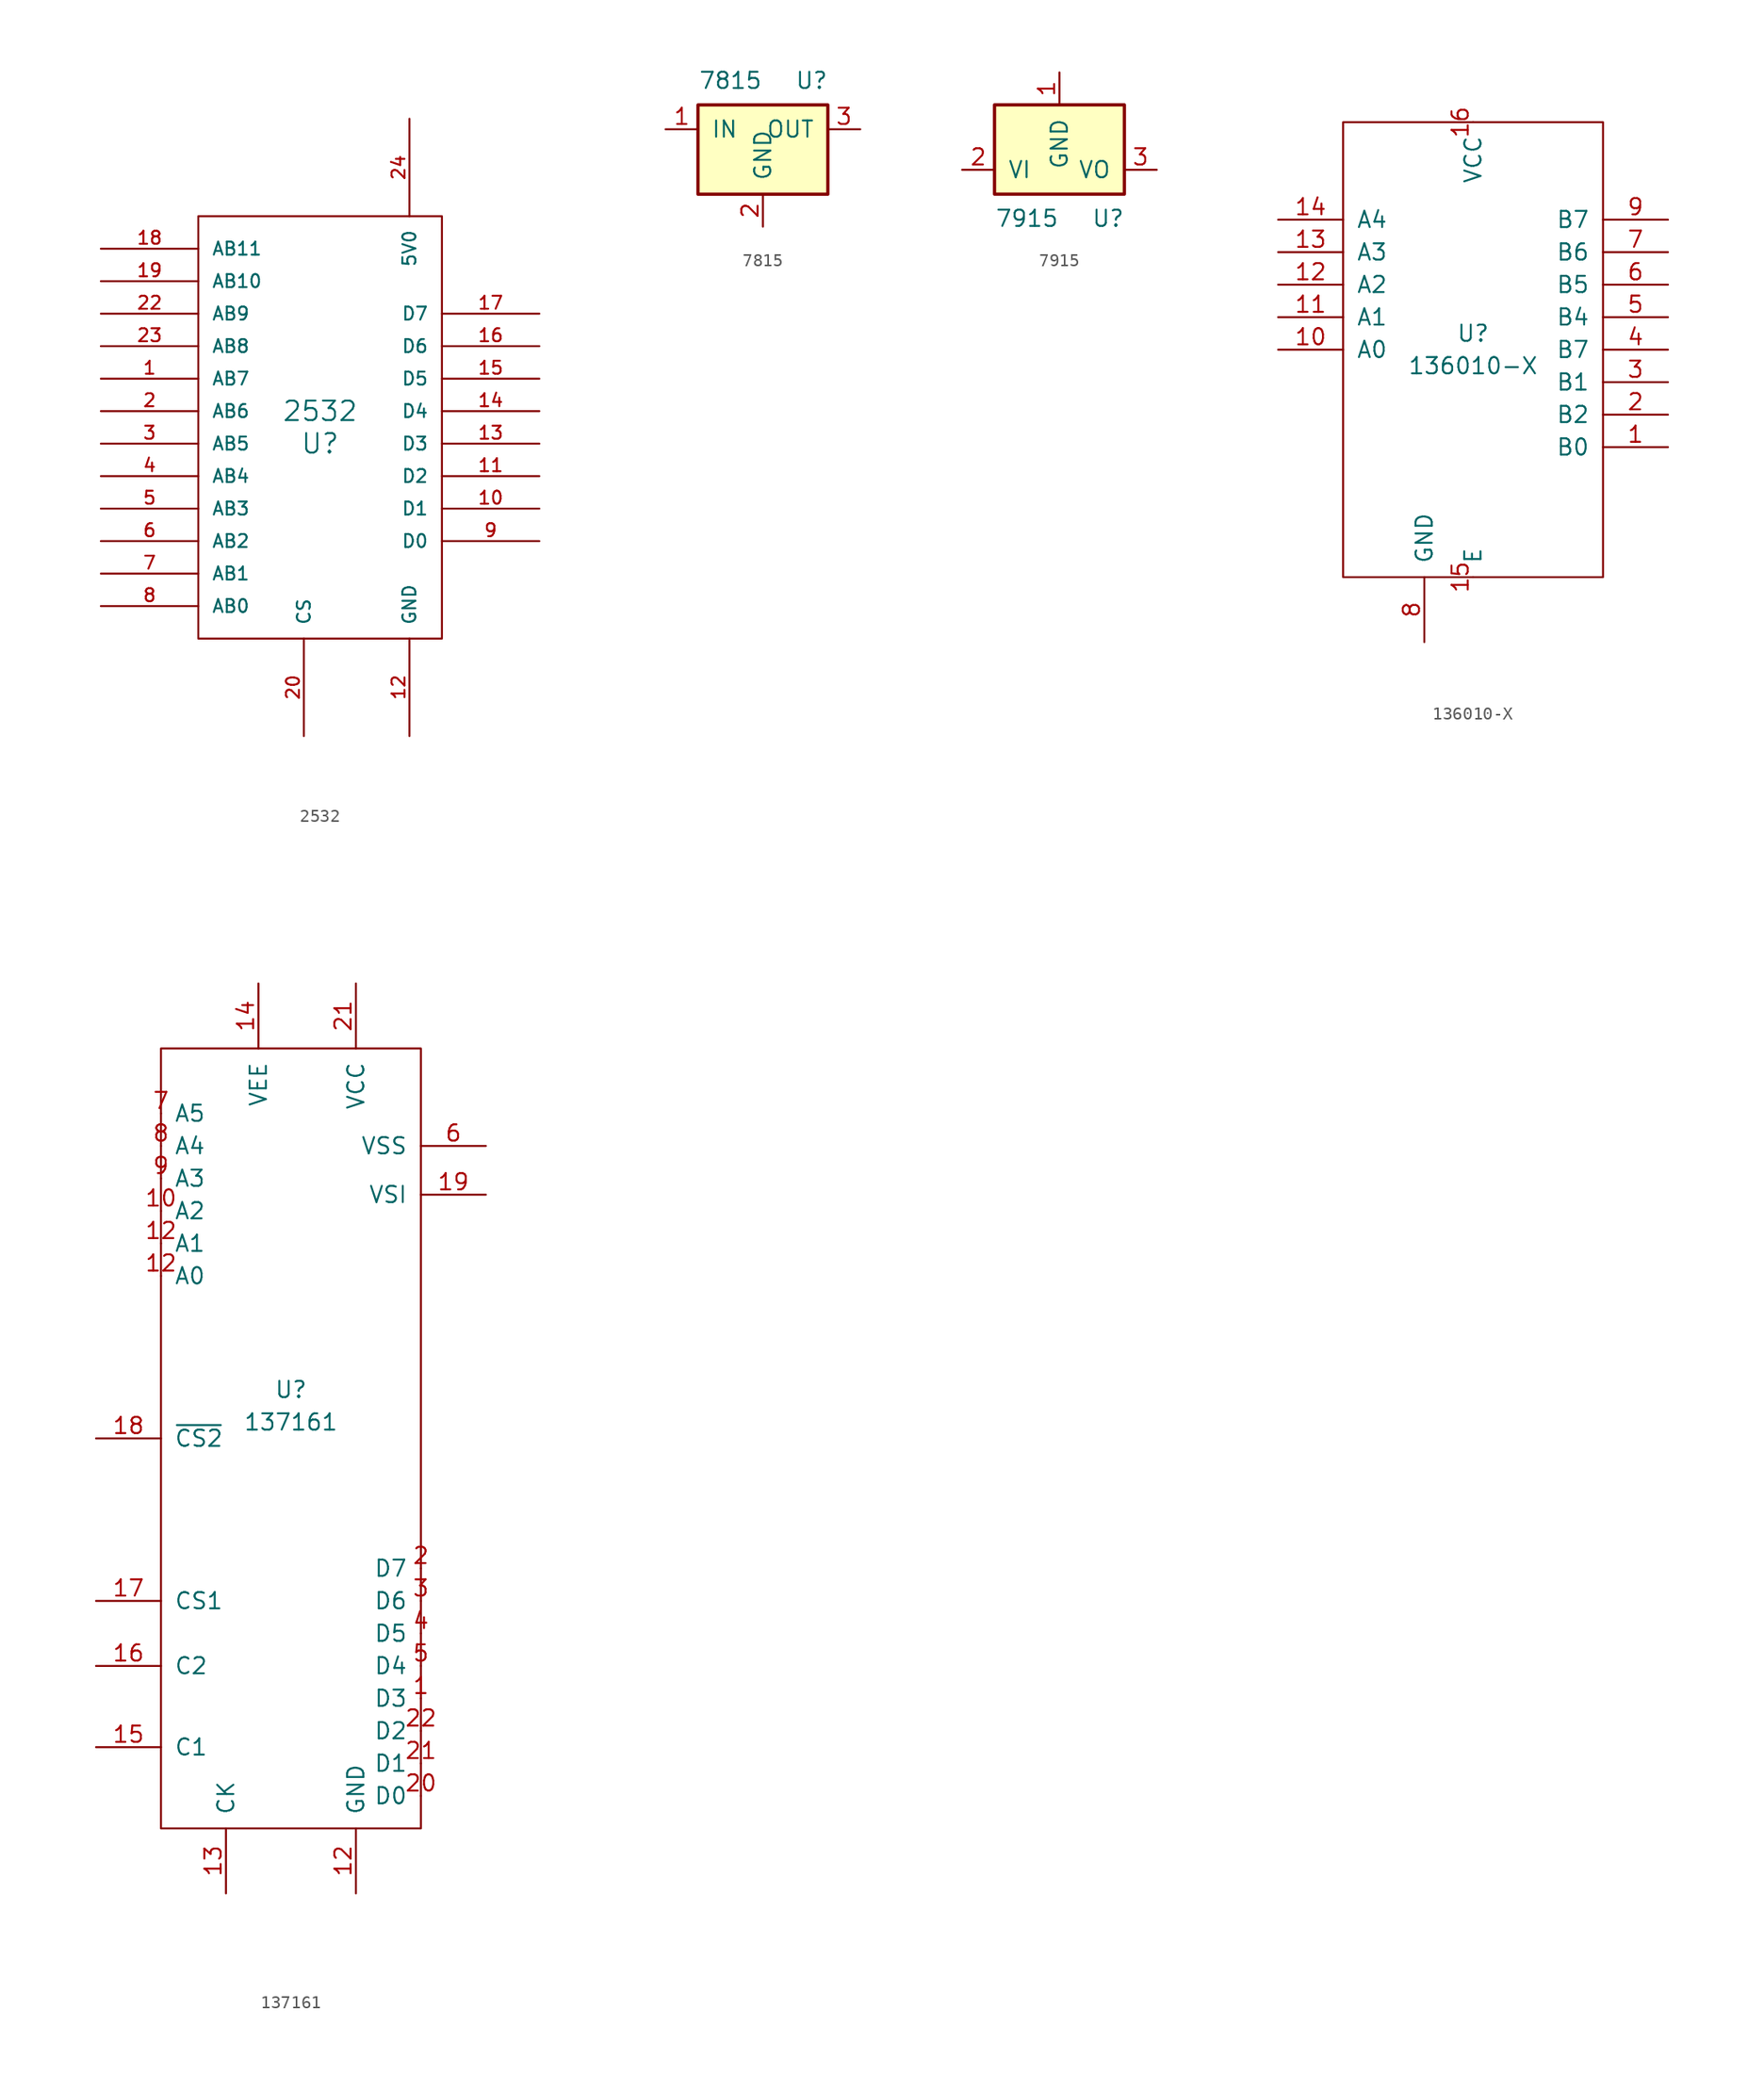
<source format=kicad_sym>
(kicad_symbol_lib
  (version 20211014)
  (generator kicad_symbol_editor)
  (symbol "2532"
    (pin_names
      (offset 1.016))
    (property "Reference" "U"
      (at 0 -1.27 0)
      (effects (font (size 1.524 1.524))))
    (property "Value" "2532"
      (at 0 1.27 0)
      (effects (font (size 1.524 1.524))))
    (symbol "2532_0_1"
      (polyline (pts (xy -9.525 16.51) (xy 9.525 16.51) (xy 9.525 -16.51) (xy -9.525 -16.51) (xy -9.525 16.51)) (stroke (width 0) (type default) (color 0 0 0 0)) (fill (type none))))
    (symbol "2532_1_0"
      (pin bidirectional line (at -17.145 3.81 0) (length 7.62) (name "AB7" (effects (font (size 1.016 1.016)))) (number "1" (effects (font (size 1.016 1.016)))))
      (pin bidirectional line (at 17.145 -6.35 180) (length 7.62) (name "D1" (effects (font (size 1.016 1.016)))) (number "10" (effects (font (size 1.016 1.016)))))
      (pin bidirectional line (at 17.145 -3.81 180) (length 7.62) (name "D2" (effects (font (size 1.016 1.016)))) (number "11" (effects (font (size 1.016 1.016)))))
      (pin power_in line (at 6.985 -24.13 90) (length 7.62) (name "GND" (effects (font (size 1.016 1.016)))) (number "12" (effects (font (size 1.016 1.016)))))
      (pin bidirectional line (at 17.145 -1.27 180) (length 7.62) (name "D3" (effects (font (size 1.016 1.016)))) (number "13" (effects (font (size 1.016 1.016)))))
      (pin bidirectional line (at 17.145 1.27 180) (length 7.62) (name "D4" (effects (font (size 1.016 1.016)))) (number "14" (effects (font (size 1.016 1.016)))))
      (pin bidirectional line (at 17.145 3.81 180) (length 7.62) (name "D5" (effects (font (size 1.016 1.016)))) (number "15" (effects (font (size 1.016 1.016)))))
      (pin bidirectional line (at 17.145 6.35 180) (length 7.62) (name "D6" (effects (font (size 1.016 1.016)))) (number "16" (effects (font (size 1.016 1.016)))))
      (pin bidirectional line (at 17.145 8.89 180) (length 7.62) (name "D7" (effects (font (size 1.016 1.016)))) (number "17" (effects (font (size 1.016 1.016)))))
      (pin bidirectional line (at -17.145 13.97 0) (length 7.62) (name "AB11" (effects (font (size 1.016 1.016)))) (number "18" (effects (font (size 1.016 1.016)))))
      (pin bidirectional line (at -17.145 11.43 0) (length 7.62) (name "AB10" (effects (font (size 1.016 1.016)))) (number "19" (effects (font (size 1.016 1.016)))))
      (pin bidirectional line (at -17.145 1.27 0) (length 7.62) (name "AB6" (effects (font (size 1.016 1.016)))) (number "2" (effects (font (size 1.016 1.016)))))
      (pin input line (at -1.27 -24.13 90) (length 7.62) (name "CS" (effects (font (size 1.016 1.016)))) (number "20" (effects (font (size 1.016 1.016)))))
      (pin bidirectional line (at -17.145 8.89 0) (length 7.62) (name "AB9" (effects (font (size 1.016 1.016)))) (number "22" (effects (font (size 1.016 1.016)))))
      (pin bidirectional line (at -17.145 6.35 0) (length 7.62) (name "AB8" (effects (font (size 1.016 1.016)))) (number "23" (effects (font (size 1.016 1.016)))))
      (pin power_in line (at 6.985 24.13 270) (length 7.62) (name "5V0" (effects (font (size 1.016 1.016)))) (number "24" (effects (font (size 1.016 1.016)))))
      (pin bidirectional line (at -17.145 -1.27 0) (length 7.62) (name "AB5" (effects (font (size 1.016 1.016)))) (number "3" (effects (font (size 1.016 1.016)))))
      (pin bidirectional line (at -17.145 -3.81 0) (length 7.62) (name "AB4" (effects (font (size 1.016 1.016)))) (number "4" (effects (font (size 1.016 1.016)))))
      (pin bidirectional line (at -17.145 -6.35 0) (length 7.62) (name "AB3" (effects (font (size 1.016 1.016)))) (number "5" (effects (font (size 1.016 1.016)))))
      (pin bidirectional line (at -17.145 -8.89 0) (length 7.62) (name "AB2" (effects (font (size 1.016 1.016)))) (number "6" (effects (font (size 1.016 1.016)))))
      (pin bidirectional line (at -17.145 -11.43 0) (length 7.62) (name "AB1" (effects (font (size 1.016 1.016)))) (number "7" (effects (font (size 1.016 1.016)))))
      (pin bidirectional line (at -17.145 -13.97 0) (length 7.62) (name "AB0" (effects (font (size 1.016 1.016)))) (number "8" (effects (font (size 1.016 1.016)))))
      (pin bidirectional line (at 17.145 -8.89 180) (length 7.62) (name "D0" (effects (font (size 1.016 1.016)))) (number "9" (effects (font (size 1.016 1.016)))))))
  (symbol "7815"
    (pin_names
      (offset 1.016))
    (property "Reference" "U"
      (at 3.81 3.81 0)
      (effects (font (size 1.27 1.27))))
    (property "Value" "7815"
      (at -2.54 3.81 0)
      (effects (font (size 1.27 1.27))))
    (symbol "7815_1_1"
      (rectangle (start -5.08 1.905) (end 5.08 -5.08) (stroke (width 0.254) (type default) (color 0 0 0 0)) (fill (type background)))
      (pin power_in line (at -7.62 0 0) (length 2.54) (name "IN" (effects (font (size 1.27 1.27)))) (number "1" (effects (font (size 1.27 1.27)))))
      (pin power_in line (at 0 -7.62 90) (length 2.54) (name "GND" (effects (font (size 1.27 1.27)))) (number "2" (effects (font (size 1.27 1.27)))))
      (pin power_out line (at 7.62 0 180) (length 2.54) (name "OUT" (effects (font (size 1.27 1.27)))) (number "3" (effects (font (size 1.27 1.27)))))))
  (symbol "7915"
    (pin_names
      (offset 1.016))
    (property "Reference" "U"
      (at 3.81 -3.81 0)
      (effects (font (size 1.27 1.27))))
    (property "Value" "7915"
      (at -2.54 -3.81 0)
      (effects (font (size 1.27 1.27))))
    (symbol "7915_1_1"
      (rectangle (start -5.08 5.08) (end 5.08 -1.905) (stroke (width 0.254) (type default) (color 0 0 0 0)) (fill (type background)))
      (pin power_in line (at 0 7.62 270) (length 2.54) (name "GND" (effects (font (size 1.27 1.27)))) (number "1" (effects (font (size 1.27 1.27)))))
      (pin power_in line (at -7.62 0 0) (length 2.54) (name "VI" (effects (font (size 1.27 1.27)))) (number "2" (effects (font (size 1.27 1.27)))))
      (pin power_out line (at 7.62 0 180) (length 2.54) (name "VO" (effects (font (size 1.27 1.27)))) (number "3" (effects (font (size 1.27 1.27)))))))
  (symbol "136010-X"
    (pin_names
      (offset 1.016))
    (property "Reference" "U"
      (at 0 1.27 0)
      (effects (font (size 1.27 1.27))))
    (property "Value" "136010-X"
      (at 0 -1.27 0)
      (effects (font (size 1.27 1.27))))
    (symbol "136010-X_1_1"
      (rectangle (start -10.16 17.78) (end 10.16 -17.78) (stroke (width 0) (type default) (color 0 0 0 0)) (fill (type none)))
      (pin output line (at 15.24 -7.62 180) (length 5.08) (name "B0" (effects (font (size 1.27 1.27)))) (number "1" (effects (font (size 1.27 1.27)))))
      (pin input line (at -15.24 0 0) (length 5.08) (name "A0" (effects (font (size 1.27 1.27)))) (number "10" (effects (font (size 1.27 1.27)))))
      (pin input line (at -15.24 2.54 0) (length 5.08) (name "A1" (effects (font (size 1.27 1.27)))) (number "11" (effects (font (size 1.27 1.27)))))
      (pin input line (at -15.24 5.08 0) (length 5.08) (name "A2" (effects (font (size 1.27 1.27)))) (number "12" (effects (font (size 1.27 1.27)))))
      (pin input line (at -15.24 7.62 0) (length 5.08) (name "A3" (effects (font (size 1.27 1.27)))) (number "13" (effects (font (size 1.27 1.27)))))
      (pin input line (at -15.24 10.16 0) (length 5.08) (name "A4" (effects (font (size 1.27 1.27)))) (number "14" (effects (font (size 1.27 1.27)))))
      (pin input line (at 0 -17.78 90) (length 0) (name "E" (effects (font (size 1.27 1.27)))) (number "15" (effects (font (size 1.27 1.27)))))
      (pin power_in line (at 0 17.78 270) (length 0) (name "VCC" (effects (font (size 1.27 1.27)))) (number "16" (effects (font (size 1.27 1.27)))))
      (pin output line (at 15.24 -5.08 180) (length 5.08) (name "B2" (effects (font (size 1.27 1.27)))) (number "2" (effects (font (size 1.27 1.27)))))
      (pin output line (at 15.24 -2.54 180) (length 5.08) (name "B1" (effects (font (size 1.27 1.27)))) (number "3" (effects (font (size 1.27 1.27)))))
      (pin output line (at 15.24 0 180) (length 5.08) (name "B7" (effects (font (size 1.27 1.27)))) (number "4" (effects (font (size 1.27 1.27)))))
      (pin output line (at 15.24 2.54 180) (length 5.08) (name "B4" (effects (font (size 1.27 1.27)))) (number "5" (effects (font (size 1.27 1.27)))))
      (pin output line (at 15.24 5.08 180) (length 5.08) (name "B5" (effects (font (size 1.27 1.27)))) (number "6" (effects (font (size 1.27 1.27)))))
      (pin output line (at 15.24 7.62 180) (length 5.08) (name "B6" (effects (font (size 1.27 1.27)))) (number "7" (effects (font (size 1.27 1.27)))))
      (pin power_in line (at -3.81 -22.86 90) (length 5.08) (name "GND" (effects (font (size 1.27 1.27)))) (number "8" (effects (font (size 1.27 1.27)))))
      (pin output line (at 15.24 10.16 180) (length 5.08) (name "B7" (effects (font (size 1.27 1.27)))) (number "9" (effects (font (size 1.27 1.27)))))))
  (symbol "137161"
    (pin_names
      (offset 1.016))
    (property "Reference" "U"
      (at 0 1.27 0)
      (effects (font (size 1.27 1.27))))
    (property "Value" "137161"
      (at 0 -1.27 0)
      (effects (font (size 1.27 1.27))))
    (symbol "137161_0_1"
      (rectangle (start -10.16 27.94) (end 10.16 -33.02) (stroke (width 0) (type default) (color 0 0 0 0)) (fill (type none))))
    (symbol "137161_1_1"
      (pin bidirectional line (at 10.16 -22.86 180) (length 0) (name "D3" (effects (font (size 1.27 1.27)))) (number "1" (effects (font (size 1.27 1.27)))))
      (pin input line (at -10.16 15.24 0) (length 0) (name "A2" (effects (font (size 1.27 1.27)))) (number "10" (effects (font (size 1.27 1.27)))))
      (pin input line (at -10.16 10.16 0) (length 0) (name "A0" (effects (font (size 1.27 1.27)))) (number "12" (effects (font (size 1.27 1.27)))))
      (pin input line (at -10.16 12.7 0) (length 0) (name "A1" (effects (font (size 1.27 1.27)))) (number "12" (effects (font (size 1.27 1.27)))))
      (pin power_in line (at 5.08 -38.1 90) (length 5.08) (name "GND" (effects (font (size 1.27 1.27)))) (number "12" (effects (font (size 1.27 1.27)))))
      (pin input line (at -5.08 -38.1 90) (length 5.08) (name "CK" (effects (font (size 1.27 1.27)))) (number "13" (effects (font (size 1.27 1.27)))))
      (pin bidirectional line (at -2.54 33.02 270) (length 5.08) (name "VEE" (effects (font (size 1.27 1.27)))) (number "14" (effects (font (size 1.27 1.27)))))
      (pin input line (at -15.24 -26.67 0) (length 5.08) (name "C1" (effects (font (size 1.27 1.27)))) (number "15" (effects (font (size 1.27 1.27)))))
      (pin input line (at -15.24 -20.32 0) (length 5.08) (name "C2" (effects (font (size 1.27 1.27)))) (number "16" (effects (font (size 1.27 1.27)))))
      (pin input line (at -15.24 -15.24 0) (length 5.08) (name "CS1" (effects (font (size 1.27 1.27)))) (number "17" (effects (font (size 1.27 1.27)))))
      (pin input line (at -15.24 -2.54 0) (length 5.08) (name "~{CS2}" (effects (font (size 1.27 1.27)))) (number "18" (effects (font (size 1.27 1.27)))))
      (pin input line (at 15.24 16.51 180) (length 5.08) (name "VSI" (effects (font (size 1.27 1.27)))) (number "19" (effects (font (size 1.27 1.27)))))
      (pin bidirectional line (at 10.16 -12.7 180) (length 0) (name "D7" (effects (font (size 1.27 1.27)))) (number "2" (effects (font (size 1.27 1.27)))))
      (pin bidirectional line (at 10.16 -30.48 180) (length 0) (name "D0" (effects (font (size 1.27 1.27)))) (number "20" (effects (font (size 1.27 1.27)))))
      (pin bidirectional line (at 10.16 -27.94 180) (length 0) (name "D1" (effects (font (size 1.27 1.27)))) (number "21" (effects (font (size 1.27 1.27)))))
      (pin power_in line (at 5.08 33.02 270) (length 5.08) (name "VCC" (effects (font (size 1.27 1.27)))) (number "21" (effects (font (size 1.27 1.27)))))
      (pin bidirectional line (at 10.16 -25.4 180) (length 0) (name "D2" (effects (font (size 1.27 1.27)))) (number "22" (effects (font (size 1.27 1.27)))))
      (pin bidirectional line (at 10.16 -15.24 180) (length 0) (name "D6" (effects (font (size 1.27 1.27)))) (number "3" (effects (font (size 1.27 1.27)))))
      (pin bidirectional line (at 10.16 -17.78 180) (length 0) (name "D5" (effects (font (size 1.27 1.27)))) (number "4" (effects (font (size 1.27 1.27)))))
      (pin bidirectional line (at 10.16 -20.32 180) (length 0) (name "D4" (effects (font (size 1.27 1.27)))) (number "5" (effects (font (size 1.27 1.27)))))
      (pin input line (at 15.24 20.32 180) (length 5.08) (name "VSS" (effects (font (size 1.27 1.27)))) (number "6" (effects (font (size 1.27 1.27)))))
      (pin input line (at -10.16 22.86 0) (length 0) (name "A5" (effects (font (size 1.27 1.27)))) (number "7" (effects (font (size 1.27 1.27)))))
      (pin input line (at -10.16 20.32 0) (length 0) (name "A4" (effects (font (size 1.27 1.27)))) (number "8" (effects (font (size 1.27 1.27)))))
      (pin input line (at -10.16 17.78 0) (length 0) (name "A3" (effects (font (size 1.27 1.27)))) (number "9" (effects (font (size 1.27 1.27))))))))
</source>
